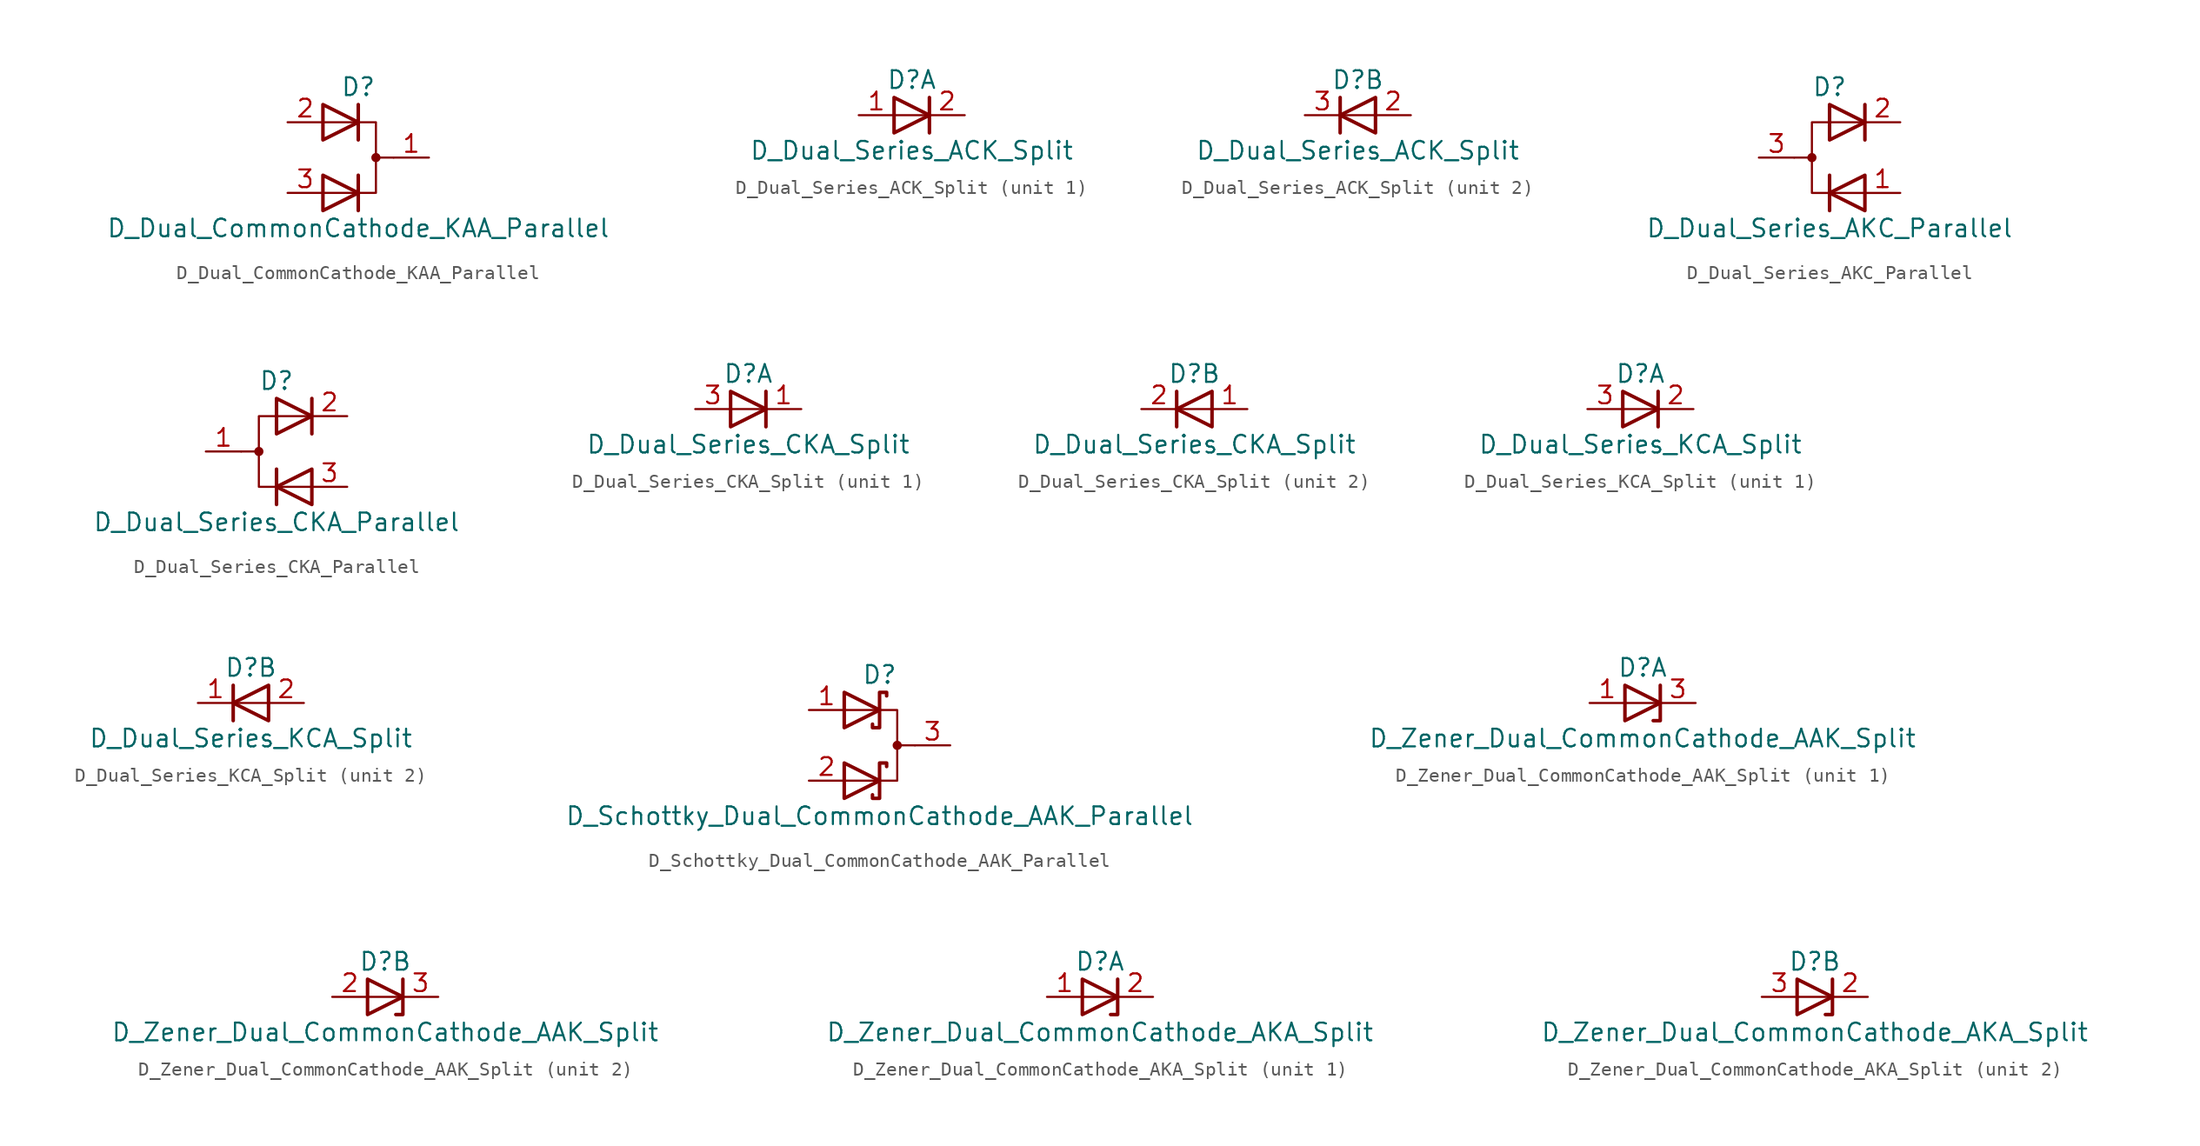
<source format=kicad_sym>
(kicad_symbol_lib
  (version 20231120)
  (generator "kicad_symbol_editor")
  (generator_version "8.0")
  (symbol "D_Dual_CommonCathode_KAA_Parallel"
    (pin_names
      (offset 0.762) hide)
    (property "Reference" "D"
      (at 0 5.08 0)
      (effects (font (size 1.27 1.27))))
    (property "Value" "D_Dual_CommonCathode_KAA_Parallel"
      (at 0 -5.08 0)
      (effects (font (size 1.27 1.27))))
    (symbol "D_Dual_CommonCathode_KAA_Parallel_0_0"
      (polyline (pts (xy 0 -1.27) (xy 0 -3.81)) (stroke (width 0.254) (type default)) (fill (type none)))
      (polyline (pts (xy 0 3.81) (xy 0 1.27)) (stroke (width 0.254) (type default)) (fill (type none))))
    (symbol "D_Dual_CommonCathode_KAA_Parallel_0_1"
      (polyline (pts (xy 1.27 0) (xy 2.54 0)) (stroke (width 0) (type default)) (fill (type none)))
      (polyline (pts (xy -2.54 -2.54) (xy 1.27 -2.54) (xy 1.27 2.54) (xy -2.54 2.54)) (stroke (width 0) (type default)) (fill (type none)))
      (polyline (pts (xy -2.54 -1.27) (xy 0 -2.54) (xy -2.54 -3.81) (xy -2.54 -1.27) (xy -2.54 -1.27) (xy -2.54 -1.27)) (stroke (width 0.254) (type default)) (fill (type none)))
      (polyline (pts (xy -2.54 3.81) (xy 0 2.54) (xy -2.54 1.27) (xy -2.54 3.81) (xy -2.54 3.81) (xy -2.54 3.81)) (stroke (width 0.254) (type default)) (fill (type none)))
      (circle (center 1.27 0) (radius 0.254) (stroke (width 0) (type default)) (fill (type outline)))
      (pin passive line (at 5.08 0 180) (length 2.54) (name "A" (effects (font (size 1.27 1.27)))) (number "1" (effects (font (size 1.27 1.27)))))
      (pin passive line (at -5.08 2.54 0) (length 2.54) (name "K" (effects (font (size 1.27 1.27)))) (number "2" (effects (font (size 1.27 1.27)))))
      (pin passive line (at -5.08 -2.54 0) (length 2.54) (name "K" (effects (font (size 1.27 1.27)))) (number "3" (effects (font (size 1.27 1.27)))))))
  (symbol "D_Dual_Series_ACK_Split"
    (pin_names
      (offset 0.762) hide)
    (property "Reference" "D"
      (at 0 2.54 0)
      (effects (font (size 1.27 1.27))))
    (property "Value" "D_Dual_Series_ACK_Split"
      (at 0 -2.54 0)
      (effects (font (size 1.27 1.27))))
    (property "ki_locked" ""
      (at 0 0 0)
      (effects (font (size 1.27 1.27))))
    (symbol "D_Dual_Series_ACK_Split_0_1"
      (pin passive line (at 3.81 0 180) (length 2.54) (name "K" (effects (font (size 1.27 1.27)))) (number "2" (effects (font (size 1.27 1.27))))))
    (symbol "D_Dual_Series_ACK_Split_1_0"
      (polyline (pts (xy 1.27 1.27) (xy 1.27 -1.27)) (stroke (width 0.254) (type default)) (fill (type none))))
    (symbol "D_Dual_Series_ACK_Split_1_1"
      (polyline (pts (xy 1.27 0) (xy -1.27 0)) (stroke (width 0) (type default)) (fill (type none)))
      (polyline (pts (xy -1.27 1.27) (xy 1.27 0) (xy -1.27 -1.27) (xy -1.27 1.27) (xy -1.27 1.27) (xy -1.27 1.27)) (stroke (width 0.254) (type default)) (fill (type none)))
      (pin passive line (at -3.81 0 0) (length 2.54) (name "A" (effects (font (size 1.27 1.27)))) (number "1" (effects (font (size 1.27 1.27))))))
    (symbol "D_Dual_Series_ACK_Split_2_0"
      (polyline (pts (xy -1.27 1.27) (xy -1.27 -1.27)) (stroke (width 0.254) (type default)) (fill (type none))))
    (symbol "D_Dual_Series_ACK_Split_2_1"
      (polyline (pts (xy -1.27 0) (xy 1.27 0)) (stroke (width 0) (type default)) (fill (type none)))
      (polyline (pts (xy 1.27 1.27) (xy -1.27 0) (xy 1.27 -1.27) (xy 1.27 1.27) (xy 1.27 1.27) (xy 1.27 1.27)) (stroke (width 0.254) (type default)) (fill (type none)))
      (pin passive line (at -3.81 0 0) (length 2.54) (name "K" (effects (font (size 1.27 1.27)))) (number "3" (effects (font (size 1.27 1.27)))))))
  (symbol "D_Dual_Series_AKC_Parallel"
    (pin_names
      (offset 0.762) hide)
    (property "Reference" "D"
      (at 0 5.08 0)
      (effects (font (size 1.27 1.27))))
    (property "Value" "D_Dual_Series_AKC_Parallel"
      (at 0 -5.08 0)
      (effects (font (size 1.27 1.27))))
    (symbol "D_Dual_Series_AKC_Parallel_0_0"
      (polyline (pts (xy 0 -1.27) (xy 0 -3.81)) (stroke (width 0.254) (type default)) (fill (type none)))
      (polyline (pts (xy 2.54 3.81) (xy 2.54 1.27)) (stroke (width 0.254) (type default)) (fill (type none))))
    (symbol "D_Dual_Series_AKC_Parallel_0_1"
      (circle (center -1.27 0) (radius 0.254) (stroke (width 0) (type default)) (fill (type outline)))
      (polyline (pts (xy -1.27 0) (xy -2.54 0)) (stroke (width 0) (type default)) (fill (type none)))
      (polyline (pts (xy 2.54 2.54) (xy -1.27 2.54) (xy -1.27 -2.54) (xy 2.54 -2.54)) (stroke (width 0) (type default)) (fill (type none)))
      (polyline (pts (xy 0 3.81) (xy 2.54 2.54) (xy 0 1.27) (xy 0 3.81) (xy 0 3.81) (xy 0 3.81)) (stroke (width 0.254) (type default)) (fill (type none)))
      (polyline (pts (xy 2.54 -1.27) (xy 0 -2.54) (xy 2.54 -3.81) (xy 2.54 -1.27) (xy 2.54 -1.27) (xy 2.54 -1.27)) (stroke (width 0.254) (type default)) (fill (type none)))
      (pin passive line (at 5.08 -2.54 180) (length 2.54) (name "K" (effects (font (size 1.27 1.27)))) (number "1" (effects (font (size 1.27 1.27)))))
      (pin passive line (at 5.08 2.54 180) (length 2.54) (name "K" (effects (font (size 1.27 1.27)))) (number "2" (effects (font (size 1.27 1.27)))))
      (pin passive line (at -5.08 0 0) (length 2.54) (name "A" (effects (font (size 1.27 1.27)))) (number "3" (effects (font (size 1.27 1.27)))))))
  (symbol "D_Dual_Series_CKA_Parallel"
    (pin_names
      (offset 0.762) hide)
    (property "Reference" "D"
      (at 0 5.08 0)
      (effects (font (size 1.27 1.27))))
    (property "Value" "D_Dual_Series_CKA_Parallel"
      (at 0 -5.08 0)
      (effects (font (size 1.27 1.27))))
    (symbol "D_Dual_Series_CKA_Parallel_0_0"
      (polyline (pts (xy 0 -1.27) (xy 0 -3.81)) (stroke (width 0.254) (type default)) (fill (type none)))
      (polyline (pts (xy 2.54 3.81) (xy 2.54 1.27)) (stroke (width 0.254) (type default)) (fill (type none))))
    (symbol "D_Dual_Series_CKA_Parallel_0_1"
      (circle (center -1.27 0) (radius 0.254) (stroke (width 0) (type default)) (fill (type outline)))
      (polyline (pts (xy -1.27 0) (xy -2.54 0)) (stroke (width 0) (type default)) (fill (type none)))
      (polyline (pts (xy 2.54 2.54) (xy -1.27 2.54) (xy -1.27 -2.54) (xy 2.54 -2.54)) (stroke (width 0) (type default)) (fill (type none)))
      (polyline (pts (xy 0 3.81) (xy 2.54 2.54) (xy 0 1.27) (xy 0 3.81) (xy 0 3.81) (xy 0 3.81)) (stroke (width 0.254) (type default)) (fill (type none)))
      (polyline (pts (xy 2.54 -1.27) (xy 0 -2.54) (xy 2.54 -3.81) (xy 2.54 -1.27) (xy 2.54 -1.27) (xy 2.54 -1.27)) (stroke (width 0.254) (type default)) (fill (type none)))
      (pin passive line (at -5.08 0 0) (length 2.54) (name "A" (effects (font (size 1.27 1.27)))) (number "1" (effects (font (size 1.27 1.27)))))
      (pin passive line (at 5.08 2.54 180) (length 2.54) (name "K" (effects (font (size 1.27 1.27)))) (number "2" (effects (font (size 1.27 1.27)))))
      (pin passive line (at 5.08 -2.54 180) (length 2.54) (name "K" (effects (font (size 1.27 1.27)))) (number "3" (effects (font (size 1.27 1.27)))))))
  (symbol "D_Dual_Series_CKA_Split"
    (pin_names
      (offset 0.762) hide)
    (property "Reference" "D"
      (at 0 2.54 0)
      (effects (font (size 1.27 1.27))))
    (property "Value" "D_Dual_Series_CKA_Split"
      (at 0 -2.54 0)
      (effects (font (size 1.27 1.27))))
    (property "ki_locked" ""
      (at 0 0 0)
      (effects (font (size 1.27 1.27))))
    (symbol "D_Dual_Series_CKA_Split_0_1"
      (pin passive line (at 3.81 0 180) (length 2.54) (name "K" (effects (font (size 1.27 1.27)))) (number "1" (effects (font (size 1.27 1.27))))))
    (symbol "D_Dual_Series_CKA_Split_1_0"
      (polyline (pts (xy 1.27 1.27) (xy 1.27 -1.27)) (stroke (width 0.254) (type default)) (fill (type none))))
    (symbol "D_Dual_Series_CKA_Split_1_1"
      (polyline (pts (xy 1.27 0) (xy -1.27 0)) (stroke (width 0) (type default)) (fill (type none)))
      (polyline (pts (xy -1.27 1.27) (xy 1.27 0) (xy -1.27 -1.27) (xy -1.27 1.27) (xy -1.27 1.27) (xy -1.27 1.27)) (stroke (width 0.254) (type default)) (fill (type none)))
      (pin passive line (at -3.81 0 0) (length 2.54) (name "A" (effects (font (size 1.27 1.27)))) (number "3" (effects (font (size 1.27 1.27))))))
    (symbol "D_Dual_Series_CKA_Split_2_0"
      (polyline (pts (xy -1.27 1.27) (xy -1.27 -1.27)) (stroke (width 0.254) (type default)) (fill (type none))))
    (symbol "D_Dual_Series_CKA_Split_2_1"
      (polyline (pts (xy -1.27 0) (xy 1.27 0)) (stroke (width 0) (type default)) (fill (type none)))
      (polyline (pts (xy 1.27 1.27) (xy -1.27 0) (xy 1.27 -1.27) (xy 1.27 1.27) (xy 1.27 1.27) (xy 1.27 1.27)) (stroke (width 0.254) (type default)) (fill (type none)))
      (pin passive line (at -3.81 0 0) (length 2.54) (name "K" (effects (font (size 1.27 1.27)))) (number "2" (effects (font (size 1.27 1.27)))))))
  (symbol "D_Dual_Series_KCA_Split"
    (pin_names
      (offset 0.762) hide)
    (property "Reference" "D"
      (at 0 2.54 0)
      (effects (font (size 1.27 1.27))))
    (property "Value" "D_Dual_Series_KCA_Split"
      (at 0 -2.54 0)
      (effects (font (size 1.27 1.27))))
    (property "ki_locked" ""
      (at 0 0 0)
      (effects (font (size 1.27 1.27))))
    (symbol "D_Dual_Series_KCA_Split_0_1"
      (pin passive line (at 3.81 0 180) (length 2.54) (name "K" (effects (font (size 1.27 1.27)))) (number "2" (effects (font (size 1.27 1.27))))))
    (symbol "D_Dual_Series_KCA_Split_1_0"
      (polyline (pts (xy 1.27 1.27) (xy 1.27 -1.27)) (stroke (width 0.254) (type default)) (fill (type none))))
    (symbol "D_Dual_Series_KCA_Split_1_1"
      (polyline (pts (xy 1.27 0) (xy -1.27 0)) (stroke (width 0) (type default)) (fill (type none)))
      (polyline (pts (xy -1.27 1.27) (xy 1.27 0) (xy -1.27 -1.27) (xy -1.27 1.27) (xy -1.27 1.27) (xy -1.27 1.27)) (stroke (width 0.254) (type default)) (fill (type none)))
      (pin passive line (at -3.81 0 0) (length 2.54) (name "A" (effects (font (size 1.27 1.27)))) (number "3" (effects (font (size 1.27 1.27))))))
    (symbol "D_Dual_Series_KCA_Split_2_0"
      (polyline (pts (xy -1.27 1.27) (xy -1.27 -1.27)) (stroke (width 0.254) (type default)) (fill (type none))))
    (symbol "D_Dual_Series_KCA_Split_2_1"
      (polyline (pts (xy -1.27 0) (xy 1.27 0)) (stroke (width 0) (type default)) (fill (type none)))
      (polyline (pts (xy 1.27 1.27) (xy -1.27 0) (xy 1.27 -1.27) (xy 1.27 1.27) (xy 1.27 1.27) (xy 1.27 1.27)) (stroke (width 0.254) (type default)) (fill (type none)))
      (pin passive line (at -3.81 0 0) (length 2.54) (name "K" (effects (font (size 1.27 1.27)))) (number "1" (effects (font (size 1.27 1.27)))))))
  (symbol "D_Schottky_Dual_CommonCathode_AAK_Parallel"
    (pin_names
      (offset 0.762) hide)
    (property "Reference" "D"
      (at 0 5.08 0)
      (effects (font (size 1.27 1.27))))
    (property "Value" "D_Schottky_Dual_CommonCathode_AAK_Parallel"
      (at 0 -5.08 0)
      (effects (font (size 1.27 1.27))))
    (symbol "D_Schottky_Dual_CommonCathode_AAK_Parallel_0_1"
      (polyline (pts (xy 1.27 0) (xy 2.54 0)) (stroke (width 0) (type default)) (fill (type none)))
      (polyline (pts (xy -2.54 -2.54) (xy 1.27 -2.54) (xy 1.27 2.54) (xy -2.54 2.54)) (stroke (width 0) (type default)) (fill (type none)))
      (polyline (pts (xy -2.54 -1.27) (xy 0 -2.54) (xy -2.54 -3.81) (xy -2.54 -1.27) (xy -2.54 -1.27) (xy -2.54 -1.27)) (stroke (width 0.254) (type default)) (fill (type none)))
      (polyline (pts (xy -2.54 3.81) (xy 0 2.54) (xy -2.54 1.27) (xy -2.54 3.81) (xy -2.54 3.81) (xy -2.54 3.81)) (stroke (width 0.254) (type default)) (fill (type none)))
      (polyline (pts (xy 0.508 -1.524) (xy 0.508 -1.27) (xy 0 -1.27) (xy 0 -3.81) (xy -0.508 -3.81) (xy -0.508 -3.556)) (stroke (width 0.254) (type default)) (fill (type none)))
      (polyline (pts (xy 0.508 3.556) (xy 0.508 3.81) (xy 0 3.81) (xy 0 1.27) (xy -0.508 1.27) (xy -0.508 1.524)) (stroke (width 0.254) (type default)) (fill (type none)))
      (circle (center 1.27 0) (radius 0.254) (stroke (width 0) (type default)) (fill (type outline)))
      (pin passive line (at -5.08 2.54 0) (length 2.54) (name "K" (effects (font (size 1.27 1.27)))) (number "1" (effects (font (size 1.27 1.27)))))
      (pin passive line (at -5.08 -2.54 0) (length 2.54) (name "K" (effects (font (size 1.27 1.27)))) (number "2" (effects (font (size 1.27 1.27)))))
      (pin passive line (at 5.08 0 180) (length 2.54) (name "A" (effects (font (size 1.27 1.27)))) (number "3" (effects (font (size 1.27 1.27)))))))
  (symbol "D_Zener_Dual_CommonCathode_AAK_Split"
    (pin_names
      (offset 0.762) hide)
    (property "Reference" "D"
      (at 0 2.54 0)
      (effects (font (size 1.27 1.27))))
    (property "Value" "D_Zener_Dual_CommonCathode_AAK_Split"
      (at 0 -2.54 0)
      (effects (font (size 1.27 1.27))))
    (property "ki_locked" ""
      (at 0 0 0)
      (effects (font (size 1.27 1.27))))
    (symbol "D_Zener_Dual_CommonCathode_AAK_Split_0_0"
      (polyline (pts (xy 1.27 1.27) (xy 1.27 -1.27) (xy 0.762 -1.27)) (stroke (width 0.254) (type default)) (fill (type none))))
    (symbol "D_Zener_Dual_CommonCathode_AAK_Split_0_1"
      (polyline (pts (xy 1.27 0) (xy -1.27 0)) (stroke (width 0) (type default)) (fill (type none)))
      (polyline (pts (xy -1.27 1.27) (xy 1.27 0) (xy -1.27 -1.27) (xy -1.27 1.27) (xy -1.27 1.27) (xy -1.27 1.27)) (stroke (width 0.254) (type default)) (fill (type none)))
      (pin passive line (at 3.81 0 180) (length 2.54) (name "K" (effects (font (size 1.27 1.27)))) (number "3" (effects (font (size 1.27 1.27))))))
    (symbol "D_Zener_Dual_CommonCathode_AAK_Split_1_1"
      (pin passive line (at -3.81 0 0) (length 2.54) (name "A" (effects (font (size 1.27 1.27)))) (number "1" (effects (font (size 1.27 1.27))))))
    (symbol "D_Zener_Dual_CommonCathode_AAK_Split_2_1"
      (pin passive line (at -3.81 0 0) (length 2.54) (name "K" (effects (font (size 1.27 1.27)))) (number "2" (effects (font (size 1.27 1.27)))))))
  (symbol "D_Zener_Dual_CommonCathode_AKA_Split"
    (pin_names
      (offset 0.762) hide)
    (property "Reference" "D"
      (at 0 2.54 0)
      (effects (font (size 1.27 1.27))))
    (property "Value" "D_Zener_Dual_CommonCathode_AKA_Split"
      (at 0 -2.54 0)
      (effects (font (size 1.27 1.27))))
    (property "ki_locked" ""
      (at 0 0 0)
      (effects (font (size 1.27 1.27))))
    (symbol "D_Zener_Dual_CommonCathode_AKA_Split_0_0"
      (polyline (pts (xy 1.27 1.27) (xy 1.27 -1.27) (xy 0.762 -1.27)) (stroke (width 0.254) (type default)) (fill (type none))))
    (symbol "D_Zener_Dual_CommonCathode_AKA_Split_0_1"
      (polyline (pts (xy 1.27 0) (xy -1.27 0)) (stroke (width 0) (type default)) (fill (type none)))
      (polyline (pts (xy -1.27 1.27) (xy 1.27 0) (xy -1.27 -1.27) (xy -1.27 1.27) (xy -1.27 1.27) (xy -1.27 1.27)) (stroke (width 0.254) (type default)) (fill (type none)))
      (pin passive line (at 3.81 0 180) (length 2.54) (name "K" (effects (font (size 1.27 1.27)))) (number "2" (effects (font (size 1.27 1.27))))))
    (symbol "D_Zener_Dual_CommonCathode_AKA_Split_1_1"
      (pin passive line (at -3.81 0 0) (length 2.54) (name "A" (effects (font (size 1.27 1.27)))) (number "1" (effects (font (size 1.27 1.27))))))
    (symbol "D_Zener_Dual_CommonCathode_AKA_Split_2_1"
      (pin passive line (at -3.81 0 0) (length 2.54) (name "K" (effects (font (size 1.27 1.27)))) (number "3" (effects (font (size 1.27 1.27))))))))
</source>
